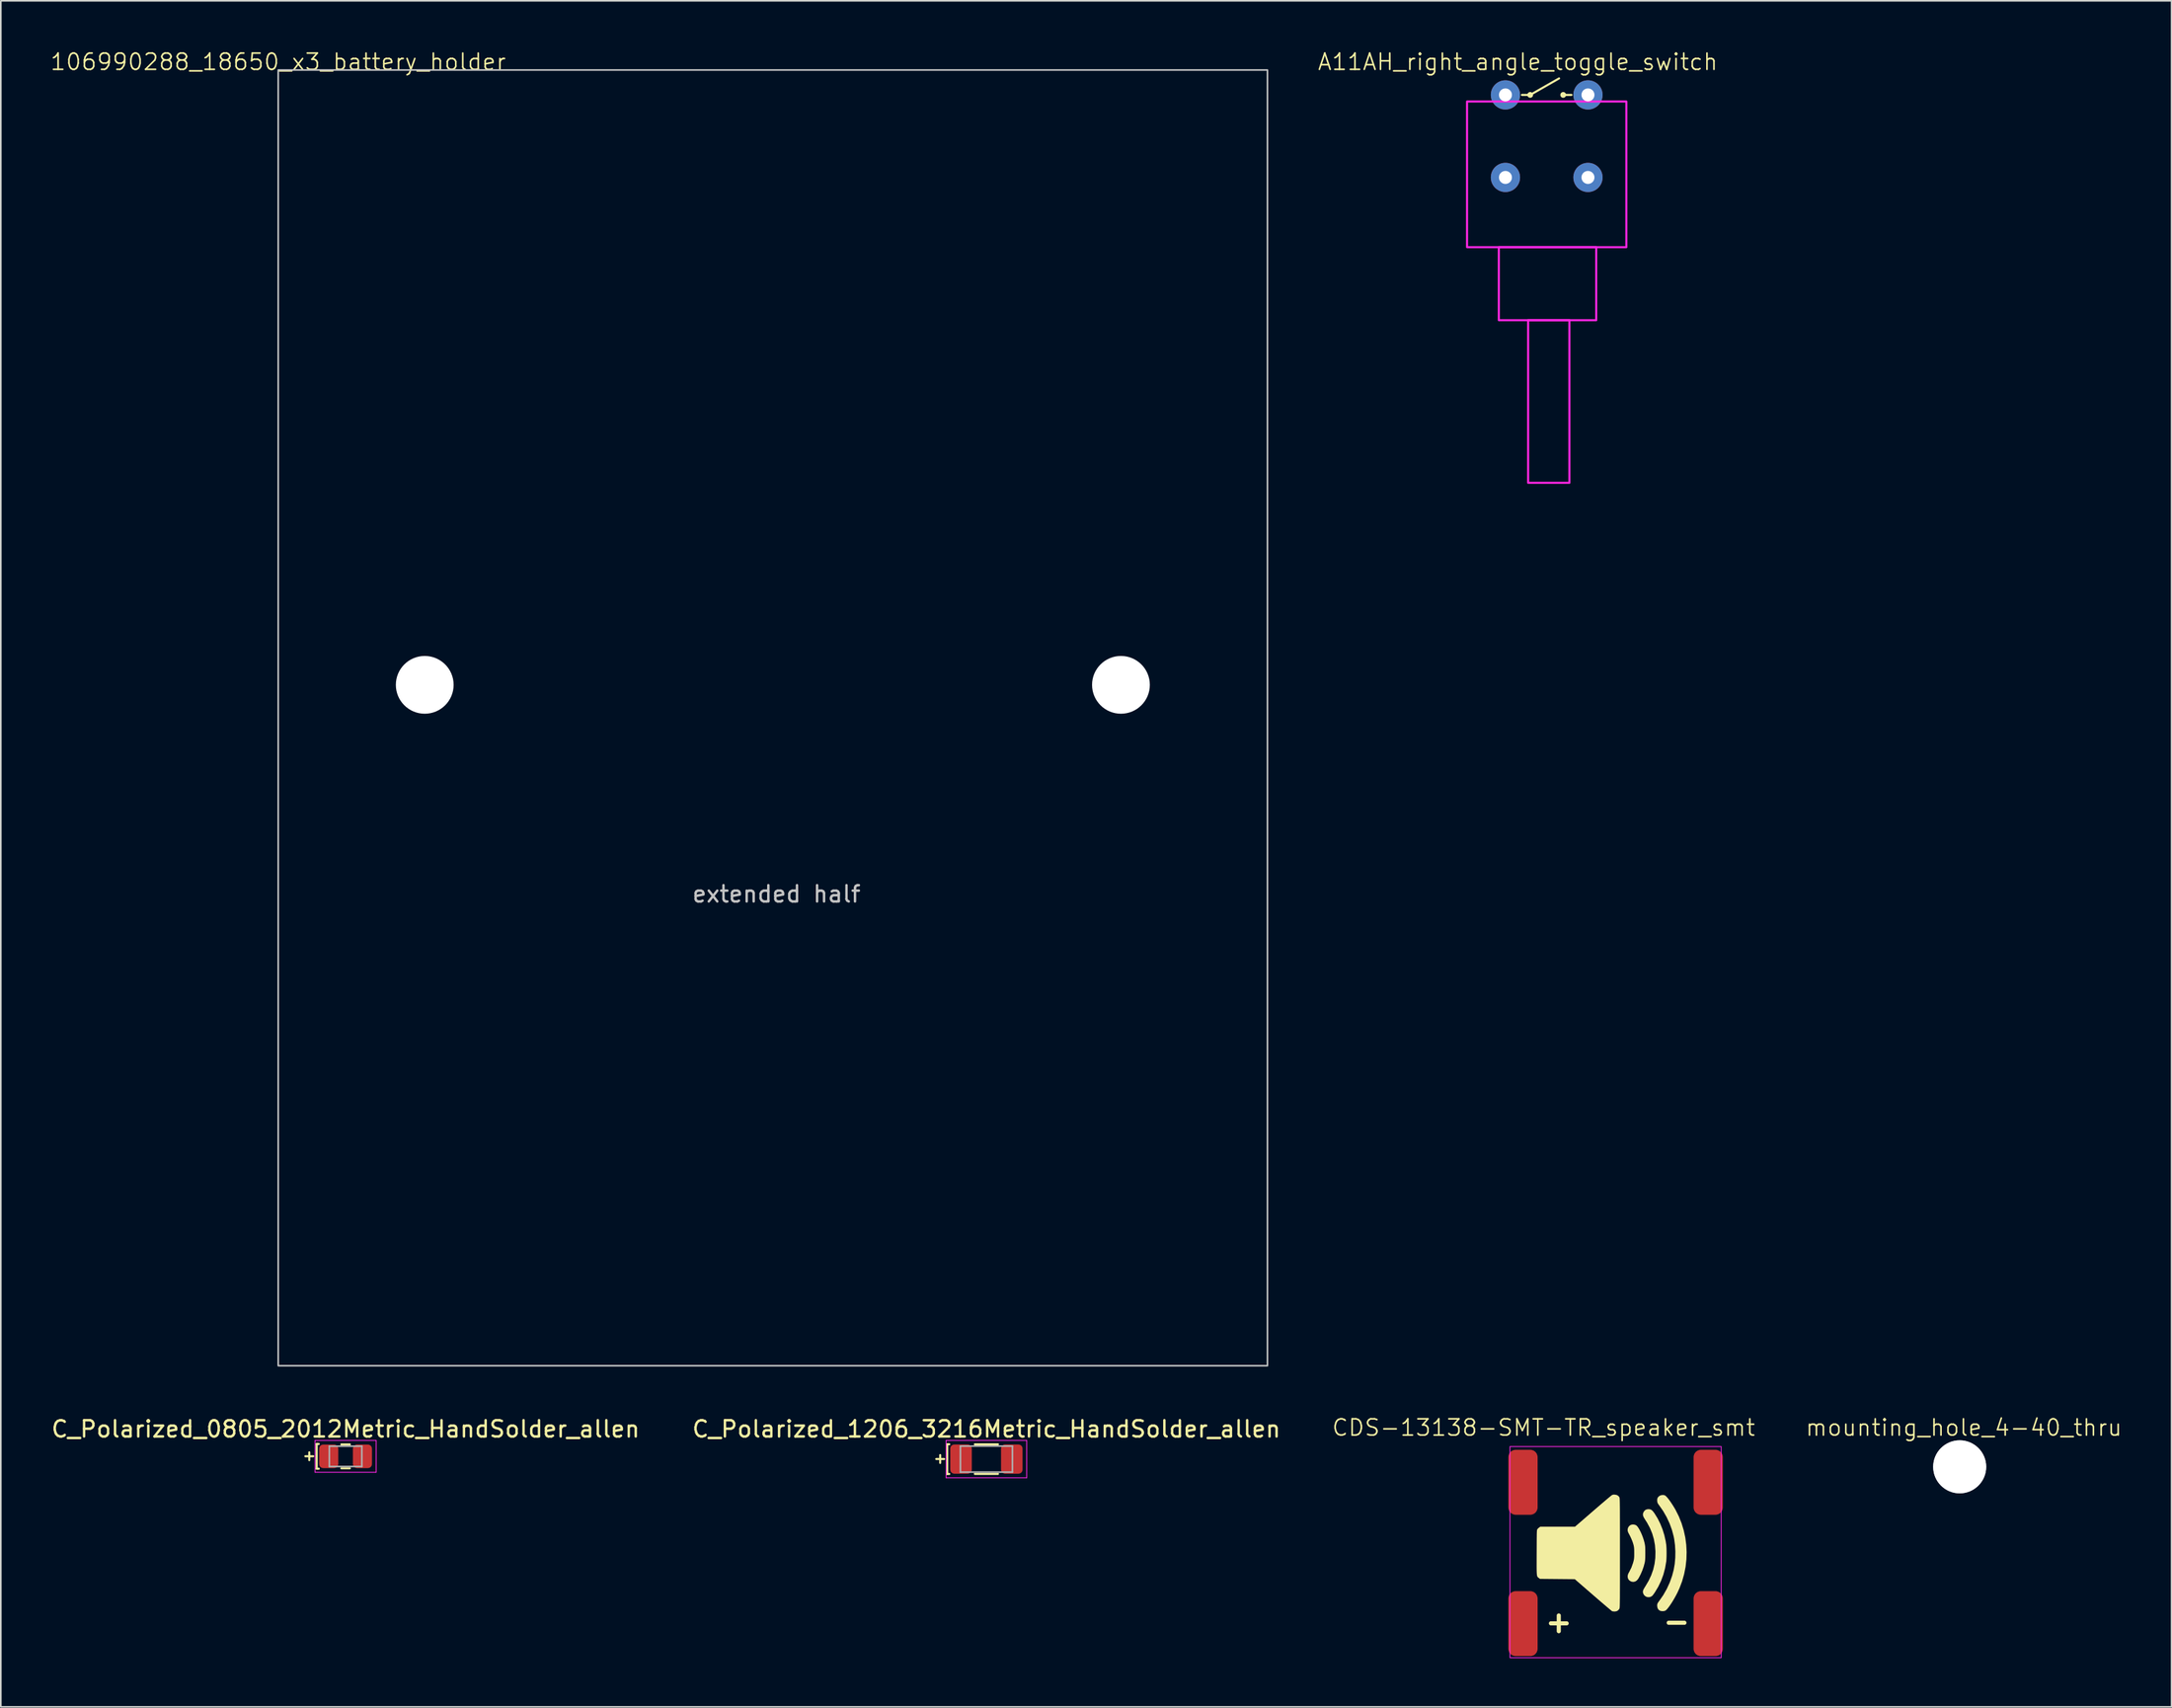
<source format=kicad_pcb>
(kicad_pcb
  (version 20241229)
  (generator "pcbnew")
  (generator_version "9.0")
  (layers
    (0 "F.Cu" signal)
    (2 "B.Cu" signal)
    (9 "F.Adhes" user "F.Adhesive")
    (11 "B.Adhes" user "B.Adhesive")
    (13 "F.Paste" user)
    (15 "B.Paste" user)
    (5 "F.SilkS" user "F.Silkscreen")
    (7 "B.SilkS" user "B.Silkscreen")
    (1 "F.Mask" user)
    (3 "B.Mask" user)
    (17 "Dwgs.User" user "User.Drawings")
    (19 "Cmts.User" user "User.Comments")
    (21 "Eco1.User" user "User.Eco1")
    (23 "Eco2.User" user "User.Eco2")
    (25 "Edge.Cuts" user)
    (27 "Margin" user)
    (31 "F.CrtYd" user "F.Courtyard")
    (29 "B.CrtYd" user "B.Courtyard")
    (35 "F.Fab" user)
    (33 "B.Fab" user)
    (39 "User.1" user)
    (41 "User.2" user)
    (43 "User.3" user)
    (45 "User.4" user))
  (footprint "106990288_18650_x3_battery_holder"
    (layer "F.Cu")
    (at 14.074 1.26)
    (property "Reference" "106990288_18650_x3_battery_holder" (at 0 -0.5 0) (unlocked yes) (layer "F.SilkS") (effects (font (size 1 1) (thickness 0.1))))
    (attr through_hole)
    (fp_rect (start 0 0) (end 60.884 79.756) (stroke (width 0.1) (type default)) (fill no) (layer "Dwgs.User"))
    (fp_text user "extended half" (at 25.4 51.308 0) (unlocked yes) (layer "Dwgs.User") (effects (font (size 1 1) (thickness 0.15)) (justify left bottom)))
    (pad "" np_thru_hole circle (at 9.017 37.846) (size 3.556 3.556) (drill 3.556) (layers "*.Cu" "*.Mask"))
    (pad "" np_thru_hole circle (at 51.867 37.846) (size 3.556 3.556) (drill 3.556) (layers "*.Cu" "*.Mask")))
  (footprint "CDS-13138-SMT-TR_speaker_smt"
    (layer "F.Cu")
    (at 90.685 96.892)
    (property "Reference" "CDS-13138-SMT-TR_speaker_smt" (at 1.27 -12.065 0) (unlocked yes) (layer "F.SilkS") (effects (font (size 1 1) (thickness 0.1))))
    (attr smd)
    (fp_poly (pts (xy 7.798 -7.04) (xy 7.865 -7.022) (xy 7.926 -6.986) (xy 7.987 -6.927) (xy 8.056 -6.841) (xy 8.104 -6.773) (xy 8.288 -6.474) (xy 8.451 -6.147) (xy 8.59 -5.8) (xy 8.701 -5.441) (xy 8.783 -5.077) (xy 8.818 -4.845) (xy 8.827 -4.741) (xy 8.834 -4.608) (xy 8.837 -4.457) (xy 8.838 -4.299) (xy 8.836 -4.144) (xy 8.831 -4.002) (xy 8.824 -3.884) (xy 8.819 -3.835) (xy 8.747 -3.417) (xy 8.642 -3.019) (xy 8.501 -2.637) (xy 8.325 -2.271) (xy 8.122 -1.933) (xy 8.068 -1.855) (xy 8.017 -1.784) (xy 7.975 -1.732) (xy 7.956 -1.711) (xy 7.863 -1.652) (xy 7.757 -1.626) (xy 7.646 -1.634) (xy 7.545 -1.675) (xy 7.46 -1.749) (xy 7.418 -1.816) (xy 7.39 -1.887) (xy 7.379 -1.953) (xy 7.388 -2.023) (xy 7.418 -2.103) (xy 7.471 -2.2) (xy 7.534 -2.299) (xy 7.733 -2.637) (xy 7.893 -2.978) (xy 8.015 -3.325) (xy 8.098 -3.679) (xy 8.144 -4.043) (xy 8.153 -4.418) (xy 8.152 -4.455) (xy 8.122 -4.834) (xy 8.056 -5.196) (xy 7.955 -5.544) (xy 7.816 -5.882) (xy 7.639 -6.211) (xy 7.526 -6.388) (xy 7.452 -6.506) (xy 7.405 -6.602) (xy 7.383 -6.685) (xy 7.384 -6.76) (xy 7.408 -6.835) (xy 7.422 -6.865) (xy 7.487 -6.959) (xy 7.569 -7.017) (xy 7.673 -7.043) (xy 7.717 -7.045)) (stroke (width 0) (type solid)) (fill yes) (layer "F.SilkS"))
    (fp_poly (pts (xy 6.83 -6.099) (xy 6.929 -6.072) (xy 6.982 -6.041) (xy 7.044 -5.978) (xy 7.111 -5.883) (xy 7.182 -5.761) (xy 7.253 -5.62) (xy 7.322 -5.464) (xy 7.384 -5.301) (xy 7.438 -5.136) (xy 7.474 -5.002) (xy 7.492 -4.923) (xy 7.505 -4.854) (xy 7.515 -4.787) (xy 7.522 -4.714) (xy 7.525 -4.628) (xy 7.527 -4.519) (xy 7.528 -4.38) (xy 7.528 -4.345) (xy 7.527 -4.187) (xy 7.525 -4.061) (xy 7.52 -3.96) (xy 7.513 -3.877) (xy 7.503 -3.805) (xy 7.491 -3.746) (xy 7.429 -3.513) (xy 7.345 -3.274) (xy 7.245 -3.042) (xy 7.135 -2.83) (xy 7.088 -2.753) (xy 7.006 -2.656) (xy 6.911 -2.595) (xy 6.805 -2.569) (xy 6.694 -2.58) (xy 6.616 -2.612) (xy 6.524 -2.679) (xy 6.466 -2.767) (xy 6.443 -2.876) (xy 6.444 -2.925) (xy 6.452 -2.991) (xy 6.472 -3.055) (xy 6.508 -3.13) (xy 6.545 -3.195) (xy 6.673 -3.451) (xy 6.774 -3.735) (xy 6.803 -3.841) (xy 6.821 -3.915) (xy 6.833 -3.985) (xy 6.84 -4.061) (xy 6.845 -4.153) (xy 6.846 -4.269) (xy 6.846 -4.355) (xy 6.845 -4.486) (xy 6.842 -4.588) (xy 6.836 -4.669) (xy 6.827 -4.739) (xy 6.813 -4.808) (xy 6.793 -4.887) (xy 6.79 -4.895) (xy 6.745 -5.036) (xy 6.681 -5.197) (xy 6.604 -5.366) (xy 6.519 -5.53) (xy 6.488 -5.585) (xy 6.447 -5.691) (xy 6.441 -5.8) (xy 6.467 -5.904) (xy 6.524 -5.994) (xy 6.608 -6.063) (xy 6.63 -6.074) (xy 6.725 -6.101)) (stroke (width 0) (type solid)) (fill yes) (layer "F.SilkS"))
    (fp_poly (pts (xy 8.652 -7.916) (xy 8.708 -7.904) (xy 8.755 -7.882) (xy 8.803 -7.842) (xy 8.851 -7.793) (xy 8.918 -7.716) (xy 8.999 -7.611) (xy 9.088 -7.486) (xy 9.18 -7.348) (xy 9.271 -7.205) (xy 9.355 -7.064) (xy 9.386 -7.01) (xy 9.592 -6.601) (xy 9.761 -6.178) (xy 9.893 -5.744) (xy 9.99 -5.301) (xy 10.049 -4.852) (xy 10.072 -4.4) (xy 10.058 -3.948) (xy 10.008 -3.497) (xy 9.92 -3.052) (xy 9.796 -2.614) (xy 9.634 -2.186) (xy 9.51 -1.915) (xy 9.419 -1.739) (xy 9.323 -1.566) (xy 9.225 -1.399) (xy 9.127 -1.244) (xy 9.032 -1.104) (xy 8.944 -0.984) (xy 8.866 -0.89) (xy 8.799 -0.824) (xy 8.77 -0.803) (xy 8.697 -0.776) (xy 8.605 -0.766) (xy 8.509 -0.773) (xy 8.427 -0.796) (xy 8.423 -0.798) (xy 8.34 -0.86) (xy 8.286 -0.949) (xy 8.262 -1.057) (xy 8.258 -1.131) (xy 8.264 -1.19) (xy 8.282 -1.245) (xy 8.318 -1.306) (xy 8.375 -1.385) (xy 8.391 -1.406) (xy 8.637 -1.761) (xy 8.852 -2.139) (xy 9.033 -2.534) (xy 9.178 -2.942) (xy 9.277 -3.316) (xy 9.339 -3.676) (xy 9.373 -4.055) (xy 9.379 -4.442) (xy 9.357 -4.827) (xy 9.307 -5.201) (xy 9.276 -5.363) (xy 9.168 -5.769) (xy 9.022 -6.169) (xy 8.84 -6.559) (xy 8.625 -6.933) (xy 8.382 -7.281) (xy 8.327 -7.356) (xy 8.293 -7.413) (xy 8.274 -7.462) (xy 8.264 -7.516) (xy 8.262 -7.535) (xy 8.259 -7.633) (xy 8.272 -7.706) (xy 8.303 -7.768) (xy 8.329 -7.802) (xy 8.409 -7.868) (xy 8.511 -7.909) (xy 8.622 -7.919)) (stroke (width 0) (type solid)) (fill yes) (layer "F.SilkS"))
    (fp_poly (pts (xy 5.655 -7.941) (xy 5.774 -7.917) (xy 5.867 -7.863) (xy 5.934 -7.778) (xy 5.938 -7.769) (xy 5.942 -7.755) (xy 5.946 -7.735) (xy 5.949 -7.709) (xy 5.952 -7.672) (xy 5.955 -7.625) (xy 5.957 -7.565) (xy 5.959 -7.49) (xy 5.961 -7.398) (xy 5.962 -7.289) (xy 5.964 -7.159) (xy 5.965 -7.007) (xy 5.966 -6.831) (xy 5.966 -6.63) (xy 5.967 -6.402) (xy 5.967 -6.145) (xy 5.968 -5.856) (xy 5.968 -5.535) (xy 5.968 -5.179) (xy 5.968 -4.787) (xy 5.968 -4.357) (xy 5.968 -4.345) (xy 5.968 -3.915) (xy 5.968 -3.523) (xy 5.968 -3.168) (xy 5.968 -2.847) (xy 5.968 -2.559) (xy 5.967 -2.302) (xy 5.967 -2.073) (xy 5.966 -1.873) (xy 5.966 -1.697) (xy 5.965 -1.546) (xy 5.963 -1.416) (xy 5.962 -1.306) (xy 5.96 -1.214) (xy 5.958 -1.139) (xy 5.956 -1.078) (xy 5.953 -1.03) (xy 5.95 -0.993) (xy 5.947 -0.966) (xy 5.943 -0.945) (xy 5.939 -0.93) (xy 5.935 -0.919) (xy 5.93 -0.909) (xy 5.927 -0.905) (xy 5.857 -0.818) (xy 5.769 -0.766) (xy 5.659 -0.746) (xy 5.64 -0.746) (xy 5.57 -0.75) (xy 5.51 -0.758) (xy 5.486 -0.765) (xy 5.464 -0.78) (xy 5.415 -0.82) (xy 5.34 -0.882) (xy 5.243 -0.964) (xy 5.125 -1.063) (xy 4.989 -1.179) (xy 4.838 -1.308) (xy 4.674 -1.449) (xy 4.499 -1.6) (xy 4.316 -1.758) (xy 4.316 -1.758) (xy 3.188 -2.735) (xy 2.117 -2.745) (xy 1.045 -2.755) (xy 0.974 -2.809) (xy 0.949 -2.828) (xy 0.926 -2.846) (xy 0.907 -2.865) (xy 0.891 -2.888) (xy 0.877 -2.917) (xy 0.866 -2.957) (xy 0.858 -3.009) (xy 0.851 -3.077) (xy 0.846 -3.163) (xy 0.843 -3.27) (xy 0.841 -3.401) (xy 0.84 -3.56) (xy 0.841 -3.748) (xy 0.841 -3.968) (xy 0.842 -4.225) (xy 0.843 -4.382) (xy 0.844 -4.651) (xy 0.845 -4.882) (xy 0.846 -5.079) (xy 0.847 -5.245) (xy 0.849 -5.382) (xy 0.85 -5.493) (xy 0.853 -5.583) (xy 0.855 -5.652) (xy 0.859 -5.704) (xy 0.863 -5.743) (xy 0.868 -5.771) (xy 0.874 -5.79) (xy 0.88 -5.804) (xy 0.888 -5.816) (xy 0.89 -5.819) (xy 0.936 -5.869) (xy 0.993 -5.916) (xy 0.998 -5.92) (xy 1.064 -5.965) (xy 2.132 -5.965) (xy 3.2 -5.965) (xy 4.298 -6.915) (xy 4.48 -7.072) (xy 4.653 -7.221) (xy 4.817 -7.362) (xy 4.969 -7.491) (xy 5.105 -7.607) (xy 5.224 -7.708) (xy 5.322 -7.79) (xy 5.398 -7.852) (xy 5.448 -7.893) (xy 5.468 -7.907) (xy 5.523 -7.933) (xy 5.584 -7.943)) (stroke (width 0) (type solid)) (fill yes) (layer "F.SilkS"))
    (fp_rect (start -0.8 2.1) (end 12.2 -10.9) (stroke (width 0.05) (type default)) (fill no) (layer "F.CrtYd"))
    (fp_text user "-" (at 8.5 0.6 0) (unlocked yes) (layer "F.SilkS") (effects (font (size 1.27 1.27) (thickness 0.254) (bold yes)) (justify left bottom)))
    (fp_text user "+" (at 1.25 0.635 0) (unlocked yes) (layer "F.SilkS") (effects (font (size 1.27 1.27) (thickness 0.254) (bold yes)) (justify left bottom)))
    (pad "1" smd roundrect (at 0 0) (size 1.8 4) (layers "F.Cu" "F.Mask" "F.Paste") (roundrect_rratio 0.25))
    (pad "2" smd roundrect (at 11.4 0) (size 1.8 4) (layers "F.Cu" "F.Mask" "F.Paste") (roundrect_rratio 0.25))
    (pad "3" smd roundrect (at 11.4 -8.7) (size 1.8 4) (layers "F.Cu" "F.Mask" "F.Paste") (roundrect_rratio 0.25))
    (pad "4" smd roundrect (at 0 -8.7) (size 1.8 4) (layers "F.Cu" "F.Mask" "F.Paste") (roundrect_rratio 0.25)))
  (footprint "C_Polarized_1206_3216Metric_HandSolder_allen"
    (layer "F.Cu")
    (at 57.661 86.765)
    (property "Reference" "C_Polarized_1206_3216Metric_HandSolder_allen" (at 0 -1.85 0) (layer "F.SilkS") (effects (font (size 1 1) (thickness 0.15))))
    (attr smd)
    (fp_line (start -2.413 -0.914) (end -2.413 0.914) (stroke (width 0.127) (type solid)) (layer "F.SilkS"))
    (fp_line (start -2.413 -0.914) (end -2.286 -0.914) (stroke (width 0.127) (type solid)) (layer "F.SilkS"))
    (fp_line (start -2.413 0.914) (end -2.286 0.914) (stroke (width 0.127) (type solid)) (layer "F.SilkS"))
    (fp_line (start -0.711 -0.91) (end 0.711 -0.91) (stroke (width 0.127) (type solid)) (layer "F.SilkS"))
    (fp_line (start -0.711 0.91) (end 0.711 0.91) (stroke (width 0.127) (type solid)) (layer "F.SilkS"))
    (fp_line (start -2.48 -1.15) (end 2.48 -1.15) (stroke (width 0.05) (type solid)) (layer "F.CrtYd"))
    (fp_line (start -2.48 1.15) (end -2.48 -1.15) (stroke (width 0.05) (type solid)) (layer "F.CrtYd"))
    (fp_line (start 2.48 -1.15) (end 2.48 1.15) (stroke (width 0.05) (type solid)) (layer "F.CrtYd"))
    (fp_line (start 2.48 1.15) (end -2.48 1.15) (stroke (width 0.05) (type solid)) (layer "F.CrtYd"))
    (fp_line (start -1.6 -0.8) (end 1.6 -0.8) (stroke (width 0.1) (type solid)) (layer "F.Fab"))
    (fp_line (start -1.6 0.8) (end -1.6 -0.8) (stroke (width 0.1) (type solid)) (layer "F.Fab"))
    (fp_line (start 1.6 -0.8) (end 1.6 0.8) (stroke (width 0.1) (type solid)) (layer "F.Fab"))
    (fp_line (start 1.6 0.8) (end -1.6 0.8) (stroke (width 0.1) (type solid)) (layer "F.Fab"))
    (fp_text user "+" (at -2.845 -0.051 0) (unlocked yes) (layer "F.SilkS") (effects (font (size 0.635 0.635) (thickness 0.127))))
    (pad "1" smd roundrect (at -1.562 0) (size 1.325 1.8) (layers "F.Cu" "F.Mask" "F.Paste") (roundrect_rratio 0.189))
    (pad "2" smd roundrect (at 1.562 0) (size 1.325 1.8) (layers "F.Cu" "F.Mask" "F.Paste") (roundrect_rratio 0.189)))
  (footprint "C_Polarized_0805_2012Metric_HandSolder_allen"
    (layer "F.Cu")
    (at 18.22 86.595)
    (property "Reference" "C_Polarized_0805_2012Metric_HandSolder_allen" (at 0 -1.68 0) (layer "F.SilkS") (effects (font (size 1 1) (thickness 0.15))))
    (attr smd)
    (fp_line (start -1.778 -0.762) (end -1.778 0.762) (stroke (width 0.127) (type default)) (layer "F.SilkS"))
    (fp_line (start -1.778 -0.762) (end -1.651 -0.762) (stroke (width 0.127) (type solid)) (layer "F.SilkS"))
    (fp_line (start -1.778 0.762) (end -1.651 0.762) (stroke (width 0.127) (type solid)) (layer "F.SilkS"))
    (fp_line (start -0.261 -0.735) (end 0.261 -0.735) (stroke (width 0.127) (type solid)) (layer "F.SilkS"))
    (fp_line (start -0.261 0.735) (end 0.261 0.735) (stroke (width 0.127) (type solid)) (layer "F.SilkS"))
    (fp_line (start -1.88 -0.98) (end 1.88 -0.98) (stroke (width 0.05) (type solid)) (layer "F.CrtYd"))
    (fp_line (start -1.88 0.98) (end -1.88 -0.98) (stroke (width 0.05) (type solid)) (layer "F.CrtYd"))
    (fp_line (start 1.88 -0.98) (end 1.88 0.98) (stroke (width 0.05) (type solid)) (layer "F.CrtYd"))
    (fp_line (start 1.88 0.98) (end -1.88 0.98) (stroke (width 0.05) (type solid)) (layer "F.CrtYd"))
    (fp_line (start -1 -0.625) (end 1 -0.625) (stroke (width 0.1) (type solid)) (layer "F.Fab"))
    (fp_line (start -1 0.625) (end -1 -0.625) (stroke (width 0.1) (type solid)) (layer "F.Fab"))
    (fp_line (start 1 -0.625) (end 1 0.625) (stroke (width 0.1) (type solid)) (layer "F.Fab"))
    (fp_line (start 1 0.625) (end -1 0.625) (stroke (width 0.1) (type solid)) (layer "F.Fab"))
    (fp_text user "+" (at -2.235 -0.051 0) (unlocked yes) (layer "F.SilkS") (effects (font (size 0.635 0.635) (thickness 0.127))))
    (pad "1" smd roundrect (at -1.038 0) (size 1.175 1.45) (layers "F.Cu" "F.Mask" "F.Paste") (roundrect_rratio 0.213))
    (pad "2" smd roundrect (at 1.038 0) (size 1.175 1.45) (layers "F.Cu" "F.Mask" "F.Paste") (roundrect_rratio 0.213)))
  (footprint "mounting_hole_4-40_thru"
    (layer "F.Cu")
    (at 117.563 87.24)
    (property "Reference" "mounting_hole_4-40_thru" (at 0.254 -2.413 0) (unlocked yes) (layer "F.SilkS") (effects (font (size 1 1) (thickness 0.1))))
    (attr through_hole)
    (pad "" np_thru_hole circle (at 0 0) (size 3.264 3.264) (drill 3.264) (layers "*.Cu" "*.Mask" "Dwgs.User")))
  (footprint "A11AH_right_angle_toggle_switch"
    (layer "F.Cu")
    (at 89.605 2.792)
    (property "Reference" "A11AH_right_angle_toggle_switch" (at 0.762 -2.032 0) (unlocked yes) (layer "F.SilkS") (effects (font (size 1 1) (thickness 0.1))))
    (attr through_hole)
    (fp_line (start 1.016 0) (end 1.524 0) (stroke (width 0.127) (type default)) (layer "F.SilkS"))
    (fp_line (start 1.524 0) (end 3.302 -1.016) (stroke (width 0.127) (type default)) (layer "F.SilkS"))
    (fp_line (start 4.064 0) (end 3.556 0) (stroke (width 0.127) (type default)) (layer "F.SilkS"))
    (fp_circle (center 1.524 0) (end 1.651 0) (stroke (width 0.1) (type solid)) (fill yes) (layer "F.SilkS"))
    (fp_circle (center 3.556 0) (end 3.683 0) (stroke (width 0.1) (type solid)) (fill yes) (layer "F.SilkS"))
    (fp_rect (start -2.362 0.406) (end 7.442 9.373) (stroke (width 0.127) (type default)) (fill no) (layer "F.CrtYd"))
    (fp_rect (start -0.406 9.373) (end 5.588 13.868) (stroke (width 0.127) (type default)) (fill no) (layer "F.CrtYd"))
    (fp_rect (start 1.397 13.868) (end 3.937 23.876) (stroke (width 0.127) (type default)) (fill no) (layer "F.CrtYd"))
    (pad "1" thru_hole circle (at 0 0) (size 1.8 1.8) (drill 0.8) (layers "*.Cu" "*.Mask"))
    (pad "2" thru_hole circle (at 5.08 0) (size 1.8 1.8) (drill 0.8) (layers "*.Cu" "*.Mask"))
    (pad "~" thru_hole circle (at 0 5.08) (size 1.8 1.8) (drill 0.8) (layers "*.Cu" "*.Mask"))
    (pad "~" thru_hole circle (at 5.08 5.08) (size 1.8 1.8) (drill 0.8) (layers "*.Cu" "*.Mask")))
  (gr_rect
    (start -3 -3)
    (end 130.605 102.017)
    (stroke (width 0.1) (type default))
    (fill no)
    (layer "Edge.Cuts")))
</source>
